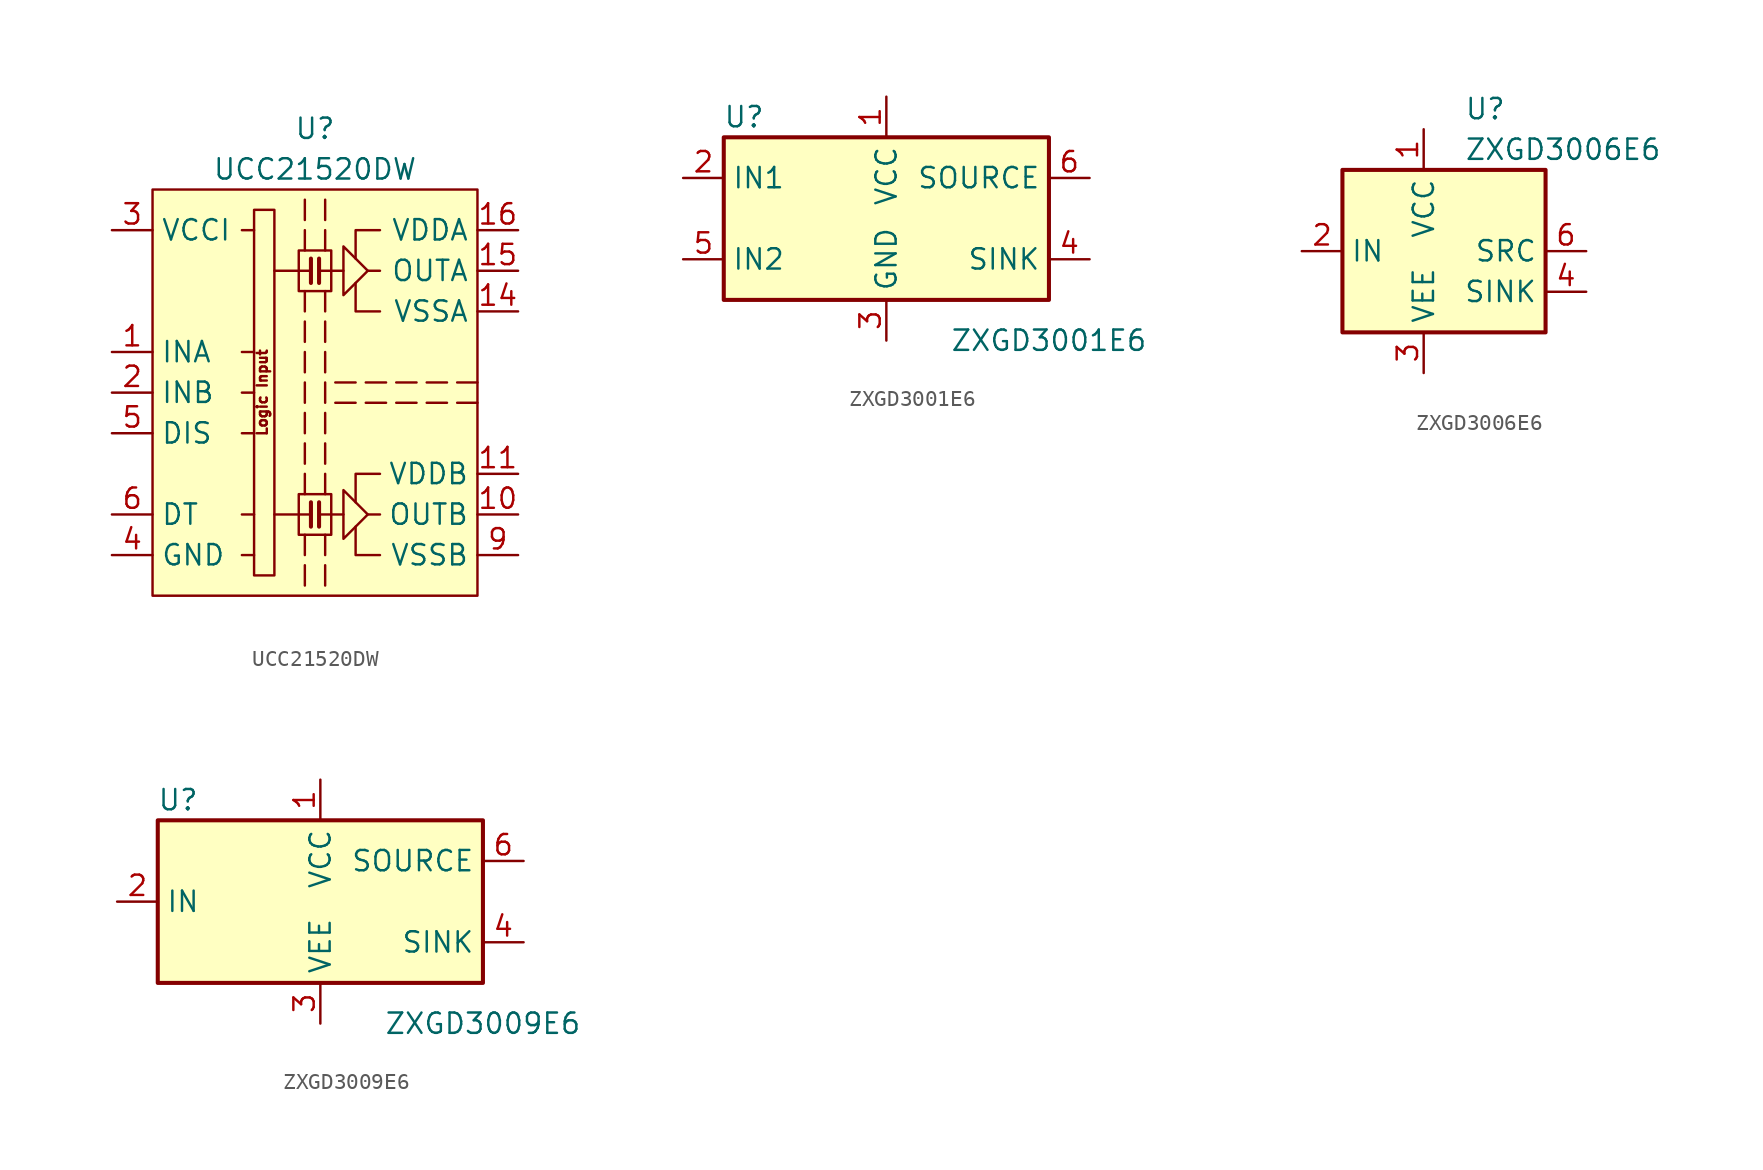
<source format=kicad_sym>
(kicad_symbol_lib
  (version 20201005)
  (generator kicad_symbol_editor)
  (symbol "UCC21520DW"
    (property "Reference" "U"
      (at 0 16.51 0)
      (effects (font (size 1.27 1.27))))
    (property "Value" "UCC21520DW"
      (at 0 13.97 0)
      (effects (font (size 1.27 1.27))))
    (symbol "UCC21520DW_0_0"
      (text "Logic Input" (at -3.302 0 900) (effects (font (size 0.635 0.635))))
      (rectangle (start 1.016 -6.35) (end -1.016 -8.89) (stroke (width 0)) (fill (type none)))
      (rectangle (start 1.016 8.89) (end -1.016 6.35) (stroke (width 0)) (fill (type none)))
      (polyline (pts (xy -0.635 6.35) (xy -0.635 5.08)) (stroke (width 0)) (fill (type none)))
      (polyline (pts (xy -0.635 10.16) (xy -0.635 8.89)) (stroke (width 0)) (fill (type none)))
      (polyline (pts (xy -0.635 12.065) (xy -0.635 10.795)) (stroke (width 0)) (fill (type none)))
      (polyline (pts (xy -0.254 -7.62) (xy -2.54 -7.62)) (stroke (width 0)) (fill (type none)))
      (polyline (pts (xy -0.254 -6.858) (xy -0.254 -8.382)) (stroke (width 0.254)) (fill (type none)))
      (polyline (pts (xy -0.254 7.62) (xy -2.54 7.62)) (stroke (width 0)) (fill (type none)))
      (polyline (pts (xy -0.254 8.382) (xy -0.254 6.858)) (stroke (width 0.254)) (fill (type none)))
      (polyline (pts (xy 0.254 -7.62) (xy 1.778 -7.62)) (stroke (width 0)) (fill (type none)))
      (polyline (pts (xy 0.254 -6.858) (xy 0.254 -8.382)) (stroke (width 0.254)) (fill (type none)))
      (polyline (pts (xy 0.254 7.62) (xy 1.778 7.62)) (stroke (width 0)) (fill (type none)))
      (polyline (pts (xy 0.254 8.382) (xy 0.254 6.858)) (stroke (width 0.254)) (fill (type none)))
      (polyline (pts (xy 0.635 6.35) (xy 0.635 5.08)) (stroke (width 0)) (fill (type none)))
      (polyline (pts (xy 0.635 8.89) (xy 0.635 10.16)) (stroke (width 0)) (fill (type none)))
      (polyline (pts (xy 0.635 10.795) (xy 0.635 12.065)) (stroke (width 0)) (fill (type none)))
      (polyline (pts (xy 2.54 -0.635) (xy 1.27 -0.635)) (stroke (width 0)) (fill (type none)))
      (polyline (pts (xy 2.54 0.635) (xy 1.27 0.635)) (stroke (width 0)) (fill (type none)))
      (polyline (pts (xy 4.064 -7.62) (xy 3.302 -7.62)) (stroke (width 0)) (fill (type none)))
      (polyline (pts (xy 4.064 7.62) (xy 3.302 7.62)) (stroke (width 0)) (fill (type none)))
      (polyline (pts (xy 4.445 -0.635) (xy 3.175 -0.635)) (stroke (width 0)) (fill (type none)))
      (polyline (pts (xy 4.445 0.635) (xy 3.175 0.635)) (stroke (width 0)) (fill (type none)))
      (polyline (pts (xy 6.35 -0.635) (xy 5.08 -0.635)) (stroke (width 0)) (fill (type none)))
      (polyline (pts (xy 6.35 0.635) (xy 5.08 0.635)) (stroke (width 0)) (fill (type none)))
      (polyline (pts (xy 8.255 -0.635) (xy 6.985 -0.635)) (stroke (width 0)) (fill (type none)))
      (polyline (pts (xy 8.255 0.635) (xy 6.985 0.635)) (stroke (width 0)) (fill (type none)))
      (polyline (pts (xy 10.16 -0.635) (xy 8.89 -0.635)) (stroke (width 0)) (fill (type none)))
      (polyline (pts (xy 10.16 0.635) (xy 8.89 0.635)) (stroke (width 0)) (fill (type none)))
      (polyline (pts (xy 4.064 -10.16) (xy 2.54 -10.16) (xy 2.54 -8.382)) (stroke (width 0)) (fill (type none)))
      (polyline (pts (xy 4.064 -5.08) (xy 2.54 -5.08) (xy 2.54 -6.858)) (stroke (width 0)) (fill (type none)))
      (polyline (pts (xy 4.064 5.08) (xy 2.54 5.08) (xy 2.54 6.858)) (stroke (width 0)) (fill (type none)))
      (polyline (pts (xy 4.064 10.16) (xy 2.54 10.16) (xy 2.54 8.382)) (stroke (width 0)) (fill (type none)))
      (polyline (pts (xy 3.302 -7.62) (xy 1.778 -9.144) (xy 1.778 -6.096) (xy 3.302 -7.62)) (stroke (width 0)) (fill (type none)))
      (polyline (pts (xy 3.302 7.62) (xy 1.778 6.096) (xy 1.778 9.144) (xy 3.302 7.62)) (stroke (width 0)) (fill (type none))))
    (symbol "UCC21520DW_0_1"
      (rectangle (start -3.81 11.43) (end -2.54 -11.43) (stroke (width 0)) (fill (type none)))
      (rectangle (start 10.16 12.7) (end -10.16 -12.7) (stroke (width 0)) (fill (type background)))
      (polyline (pts (xy -3.81 -10.16) (xy -4.572 -10.16)) (stroke (width 0)) (fill (type none)))
      (polyline (pts (xy -3.81 -7.62) (xy -4.572 -7.62)) (stroke (width 0)) (fill (type none)))
      (polyline (pts (xy -3.81 -2.54) (xy -4.572 -2.54)) (stroke (width 0)) (fill (type none)))
      (polyline (pts (xy -3.81 0) (xy -4.572 0)) (stroke (width 0)) (fill (type none)))
      (polyline (pts (xy -3.81 2.54) (xy -4.572 2.54)) (stroke (width 0)) (fill (type none)))
      (polyline (pts (xy -3.81 10.16) (xy -4.572 10.16)) (stroke (width 0)) (fill (type none)))
      (polyline (pts (xy -0.635 -10.795) (xy -0.635 -12.065)) (stroke (width 0)) (fill (type none)))
      (polyline (pts (xy -0.635 -8.89) (xy -0.635 -10.16)) (stroke (width 0)) (fill (type none)))
      (polyline (pts (xy -0.635 -5.08) (xy -0.635 -6.35)) (stroke (width 0)) (fill (type none)))
      (polyline (pts (xy -0.635 -3.175) (xy -0.635 -4.445)) (stroke (width 0)) (fill (type none)))
      (polyline (pts (xy -0.635 -1.27) (xy -0.635 -2.54)) (stroke (width 0)) (fill (type none)))
      (polyline (pts (xy -0.635 0.635) (xy -0.635 -0.635)) (stroke (width 0)) (fill (type none)))
      (polyline (pts (xy -0.635 2.54) (xy -0.635 1.27)) (stroke (width 0)) (fill (type none)))
      (polyline (pts (xy -0.635 4.445) (xy -0.635 3.175)) (stroke (width 0)) (fill (type none)))
      (polyline (pts (xy 0.635 -10.795) (xy 0.635 -12.065)) (stroke (width 0)) (fill (type none)))
      (polyline (pts (xy 0.635 -8.89) (xy 0.635 -10.16)) (stroke (width 0)) (fill (type none)))
      (polyline (pts (xy 0.635 -5.08) (xy 0.635 -6.35)) (stroke (width 0)) (fill (type none)))
      (polyline (pts (xy 0.635 -3.175) (xy 0.635 -4.445)) (stroke (width 0)) (fill (type none)))
      (polyline (pts (xy 0.635 -1.27) (xy 0.635 -2.54)) (stroke (width 0)) (fill (type none)))
      (polyline (pts (xy 0.635 0.635) (xy 0.635 -0.635)) (stroke (width 0)) (fill (type none)))
      (polyline (pts (xy 0.635 2.54) (xy 0.635 1.27)) (stroke (width 0)) (fill (type none)))
      (polyline (pts (xy 0.635 4.445) (xy 0.635 3.175)) (stroke (width 0)) (fill (type none))))
    (symbol "UCC21520DW_1_1"
      (pin input line (at -12.7 2.54 0) (length 2.54) (name "INA" (effects (font (size 1.27 1.27)))) (number "1" (effects (font (size 1.27 1.27)))))
      (pin output line (at 12.7 -7.62 180) (length 2.54) (name "OUTB" (effects (font (size 1.27 1.27)))) (number "10" (effects (font (size 1.27 1.27)))))
      (pin power_in line (at 12.7 -5.08 180) (length 2.54) (name "VDDB" (effects (font (size 1.27 1.27)))) (number "11" (effects (font (size 1.27 1.27)))))
      (pin no_connect line (at 10.16 -2.54 180) (length 2.54) hide (name "NC" (effects (font (size 1.27 1.27)))) (number "12" (effects (font (size 1.27 1.27)))))
      (pin no_connect line (at 10.16 2.54 180) (length 2.54) hide (name "NC" (effects (font (size 1.27 1.27)))) (number "13" (effects (font (size 1.27 1.27)))))
      (pin power_in line (at 12.7 5.08 180) (length 2.54) (name "VSSA" (effects (font (size 1.27 1.27)))) (number "14" (effects (font (size 1.27 1.27)))))
      (pin output line (at 12.7 7.62 180) (length 2.54) (name "OUTA" (effects (font (size 1.27 1.27)))) (number "15" (effects (font (size 1.27 1.27)))))
      (pin power_in line (at 12.7 10.16 180) (length 2.54) (name "VDDA" (effects (font (size 1.27 1.27)))) (number "16" (effects (font (size 1.27 1.27)))))
      (pin input line (at -12.7 0 0) (length 2.54) (name "INB" (effects (font (size 1.27 1.27)))) (number "2" (effects (font (size 1.27 1.27)))))
      (pin power_in line (at -12.7 10.16 0) (length 2.54) (name "VCCI" (effects (font (size 1.27 1.27)))) (number "3" (effects (font (size 1.27 1.27)))))
      (pin power_in line (at -12.7 -10.16 0) (length 2.54) (name "GND" (effects (font (size 1.27 1.27)))) (number "4" (effects (font (size 1.27 1.27)))))
      (pin input line (at -12.7 -2.54 0) (length 2.54) (name "DIS" (effects (font (size 1.27 1.27)))) (number "5" (effects (font (size 1.27 1.27)))))
      (pin passive line (at -12.7 -7.62 0) (length 2.54) (name "DT" (effects (font (size 1.27 1.27)))) (number "6" (effects (font (size 1.27 1.27)))))
      (pin no_connect line (at -10.16 -5.08 0) (length 2.54) hide (name "NC" (effects (font (size 1.27 1.27)))) (number "7" (effects (font (size 1.27 1.27)))))
      (pin passive line (at -12.7 10.16 0) (length 2.54) hide (name "VCCI" (effects (font (size 1.27 1.27)))) (number "8" (effects (font (size 1.27 1.27)))))
      (pin power_in line (at 12.7 -10.16 180) (length 2.54) (name "VSSB" (effects (font (size 1.27 1.27)))) (number "9" (effects (font (size 1.27 1.27)))))))
  (symbol "ZXGD3001E6"
    (property "Reference" "U"
      (at -8.89 6.35 0)
      (effects (font (size 1.27 1.27))))
    (property "Value" "ZXGD3001E6"
      (at 10.16 -7.62 0)
      (effects (font (size 1.27 1.27))))
    (symbol "ZXGD3001E6_0_1"
      (rectangle (start -10.16 5.08) (end 10.16 -5.08) (stroke (width 0.254)) (fill (type background))))
    (symbol "ZXGD3001E6_1_1"
      (pin power_in line (at 0 7.62 270) (length 2.54) (name "VCC" (effects (font (size 1.27 1.27)))) (number "1" (effects (font (size 1.27 1.27)))))
      (pin input line (at -12.7 2.54 0) (length 2.54) (name "IN1" (effects (font (size 1.27 1.27)))) (number "2" (effects (font (size 1.27 1.27)))))
      (pin power_in line (at 0 -7.62 90) (length 2.54) (name "GND" (effects (font (size 1.27 1.27)))) (number "3" (effects (font (size 1.27 1.27)))))
      (pin open_collector line (at 12.7 -2.54 180) (length 2.54) (name "SINK" (effects (font (size 1.27 1.27)))) (number "4" (effects (font (size 1.27 1.27)))))
      (pin input line (at -12.7 -2.54 0) (length 2.54) (name "IN2" (effects (font (size 1.27 1.27)))) (number "5" (effects (font (size 1.27 1.27)))))
      (pin open_emitter line (at 12.7 2.54 180) (length 2.54) (name "SOURCE" (effects (font (size 1.27 1.27)))) (number "6" (effects (font (size 1.27 1.27)))))))
  (symbol "ZXGD3006E6"
    (property "Reference" "U"
      (at 2.54 8.89 0)
      (effects (font (size 1.27 1.27)) (justify left)))
    (property "Value" "ZXGD3006E6"
      (at 2.54 6.35 0)
      (effects (font (size 1.27 1.27)) (justify left)))
    (symbol "ZXGD3006E6_0_1"
      (rectangle (start -5.08 5.08) (end 7.62 -5.08) (stroke (width 0.254)) (fill (type background))))
    (symbol "ZXGD3006E6_1_1"
      (pin power_in line (at 0 7.62 270) (length 2.54) (name "VCC" (effects (font (size 1.27 1.27)))) (number "1" (effects (font (size 1.27 1.27)))))
      (pin input line (at -7.62 0 0) (length 2.54) (name "IN" (effects (font (size 1.27 1.27)))) (number "2" (effects (font (size 1.27 1.27)))))
      (pin power_in line (at 0 -7.62 90) (length 2.54) (name "VEE" (effects (font (size 1.27 1.27)))) (number "3" (effects (font (size 1.27 1.27)))))
      (pin open_collector line (at 10.16 -2.54 180) (length 2.54) (name "SINK" (effects (font (size 1.27 1.27)))) (number "4" (effects (font (size 1.27 1.27)))))
      (pin no_connect line (at 7.62 2.54 180) (length 2.54) hide (name "NC" (effects (font (size 1.27 1.27)))) (number "5" (effects (font (size 1.27 1.27)))))
      (pin open_emitter line (at 10.16 0 180) (length 2.54) (name "SRC" (effects (font (size 1.27 1.27)))) (number "6" (effects (font (size 1.27 1.27)))))))
  (symbol "ZXGD3009E6"
    (property "Reference" "U"
      (at -8.89 6.35 0)
      (effects (font (size 1.27 1.27))))
    (property "Value" "ZXGD3009E6"
      (at 10.16 -7.62 0)
      (effects (font (size 1.27 1.27))))
    (symbol "ZXGD3009E6_0_1"
      (rectangle (start -10.16 5.08) (end 10.16 -5.08) (stroke (width 0.254)) (fill (type background))))
    (symbol "ZXGD3009E6_1_1"
      (pin power_in line (at 0 7.62 270) (length 2.54) (name "VCC" (effects (font (size 1.27 1.27)))) (number "1" (effects (font (size 1.27 1.27)))))
      (pin input line (at -12.7 0 0) (length 2.54) (name "IN" (effects (font (size 1.27 1.27)))) (number "2" (effects (font (size 1.27 1.27)))))
      (pin power_in line (at 0 -7.62 90) (length 2.54) (name "VEE" (effects (font (size 1.27 1.27)))) (number "3" (effects (font (size 1.27 1.27)))))
      (pin open_collector line (at 12.7 -2.54 180) (length 2.54) (name "SINK" (effects (font (size 1.27 1.27)))) (number "4" (effects (font (size 1.27 1.27)))))
      (pin no_connect line (at 10.16 0 180) (length 2.54) hide (name "NC" (effects (font (size 1.27 1.27)))) (number "5" (effects (font (size 1.27 1.27)))))
      (pin open_emitter line (at 12.7 2.54 180) (length 2.54) (name "SOURCE" (effects (font (size 1.27 1.27)))) (number "6" (effects (font (size 1.27 1.27))))))))
</source>
